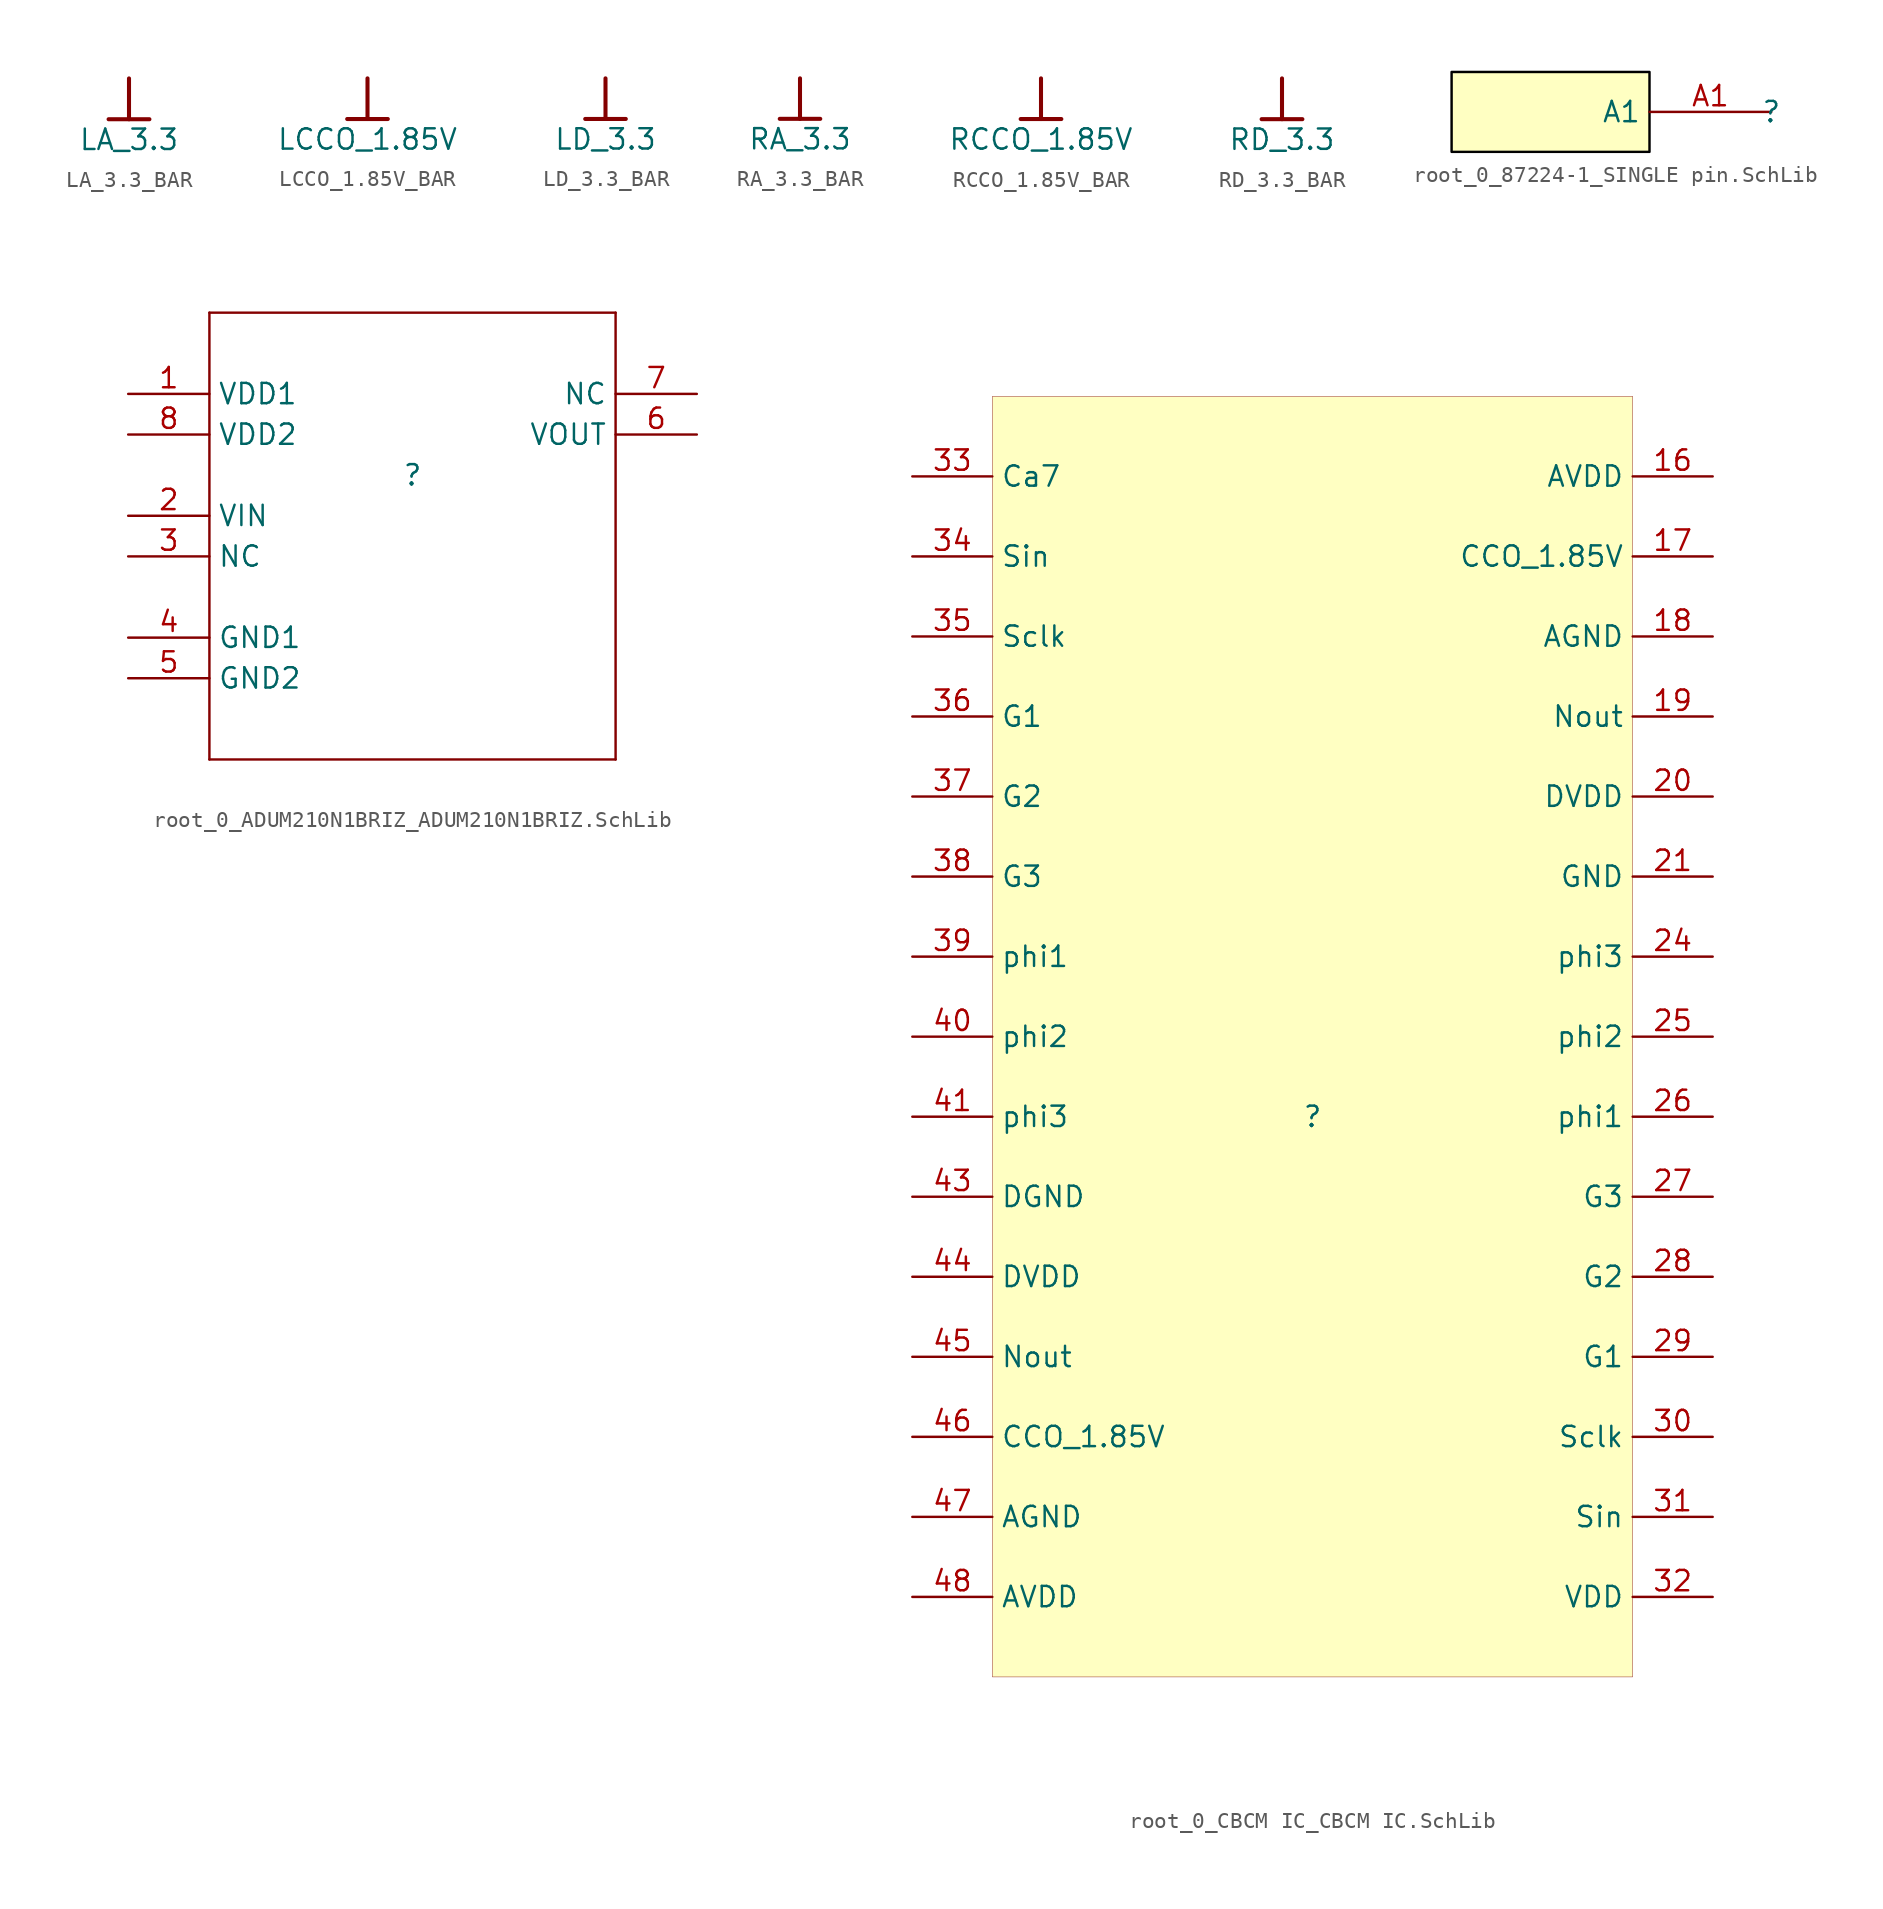
<source format=kicad_sym>
(kicad_symbol_lib
  (version 20241209)
  (generator "kicad_symbol_editor")
  (generator_version "9.0")
  (symbol "LA_3.3_BAR"
    (power)
    (property "Reference" "#PWR"
      (at 0 0 0)
      (effects (font (size 1.27 1.27)) (hide yes)))
    (property "Value" "LA_3.3"
      (at 0 -3.81 0)
      (effects (font (size 1.27 1.27))))
    (symbol "LA_3.3_BAR_0_0"
      (polyline (pts (xy -1.27 -2.54) (xy 1.27 -2.54)) (stroke (width 0.254) (type solid)) (fill (type none)))
      (polyline (pts (xy 0 0) (xy 0 -2.54)) (stroke (width 0.254) (type solid)) (fill (type none)))
      (pin power_in line (at 0 0 0) (length 0) (hide yes) (name "LA_3.3" (effects (font (size 1.27 1.27)))) (number "" (effects (font (size 1.27 1.27)))))))
  (symbol "LCCO_1.85V_BAR"
    (power)
    (property "Reference" "#PWR"
      (at 0 0 0)
      (effects (font (size 1.27 1.27)) (hide yes)))
    (property "Value" "LCCO_1.85V"
      (at 0 -3.81 0)
      (effects (font (size 1.27 1.27))))
    (symbol "LCCO_1.85V_BAR_0_0"
      (polyline (pts (xy -1.27 -2.54) (xy 1.27 -2.54)) (stroke (width 0.254) (type solid)) (fill (type none)))
      (polyline (pts (xy 0 0) (xy 0 -2.54)) (stroke (width 0.254) (type solid)) (fill (type none)))
      (pin power_in line (at 0 0 0) (length 0) (hide yes) (name "LCCO_1.85V" (effects (font (size 1.27 1.27)))) (number "" (effects (font (size 1.27 1.27)))))))
  (symbol "LD_3.3_BAR"
    (power)
    (property "Reference" "#PWR"
      (at 0 0 0)
      (effects (font (size 1.27 1.27)) (hide yes)))
    (property "Value" "LD_3.3"
      (at 0 -3.81 0)
      (effects (font (size 1.27 1.27))))
    (symbol "LD_3.3_BAR_0_0"
      (polyline (pts (xy -1.27 -2.54) (xy 1.27 -2.54)) (stroke (width 0.254) (type solid)) (fill (type none)))
      (polyline (pts (xy 0 0) (xy 0 -2.54)) (stroke (width 0.254) (type solid)) (fill (type none)))
      (pin power_in line (at 0 0 0) (length 0) (hide yes) (name "LD_3.3" (effects (font (size 1.27 1.27)))) (number "" (effects (font (size 1.27 1.27)))))))
  (symbol "RA_3.3_BAR"
    (power)
    (property "Reference" "#PWR"
      (at 0 0 0)
      (effects (font (size 1.27 1.27)) (hide yes)))
    (property "Value" "RA_3.3"
      (at 0 -3.81 0)
      (effects (font (size 1.27 1.27))))
    (symbol "RA_3.3_BAR_0_0"
      (polyline (pts (xy -1.27 -2.54) (xy 1.27 -2.54)) (stroke (width 0.254) (type solid)) (fill (type none)))
      (polyline (pts (xy 0 0) (xy 0 -2.54)) (stroke (width 0.254) (type solid)) (fill (type none)))
      (pin power_in line (at 0 0 0) (length 0) (hide yes) (name "RA_3.3" (effects (font (size 1.27 1.27)))) (number "" (effects (font (size 1.27 1.27)))))))
  (symbol "RCCO_1.85V_BAR"
    (power)
    (property "Reference" "#PWR"
      (at 0 0 0)
      (effects (font (size 1.27 1.27)) (hide yes)))
    (property "Value" "RCCO_1.85V"
      (at 0 -3.81 0)
      (effects (font (size 1.27 1.27))))
    (symbol "RCCO_1.85V_BAR_0_0"
      (polyline (pts (xy -1.27 -2.54) (xy 1.27 -2.54)) (stroke (width 0.254) (type solid)) (fill (type none)))
      (polyline (pts (xy 0 0) (xy 0 -2.54)) (stroke (width 0.254) (type solid)) (fill (type none)))
      (pin power_in line (at 0 0 0) (length 0) (hide yes) (name "RCCO_1.85V" (effects (font (size 1.27 1.27)))) (number "" (effects (font (size 1.27 1.27)))))))
  (symbol "RD_3.3_BAR"
    (power)
    (property "Reference" "#PWR"
      (at 0 0 0)
      (effects (font (size 1.27 1.27)) (hide yes)))
    (property "Value" "RD_3.3"
      (at 0 -3.81 0)
      (effects (font (size 1.27 1.27))))
    (symbol "RD_3.3_BAR_0_0"
      (polyline (pts (xy -1.27 -2.54) (xy 1.27 -2.54)) (stroke (width 0.254) (type solid)) (fill (type none)))
      (polyline (pts (xy 0 0) (xy 0 -2.54)) (stroke (width 0.254) (type solid)) (fill (type none)))
      (pin power_in line (at 0 0 0) (length 0) (hide yes) (name "RD_3.3" (effects (font (size 1.27 1.27)))) (number "" (effects (font (size 1.27 1.27)))))))
  (symbol "root_0_87224-1_SINGLE pin.SchLib"
    (property "Reference" ""
      (at 0 0 0)
      (effects (font (size 1.27 1.27))))
    (property "Value" ""
      (at 0 0 0)
      (effects (font (size 1.27 1.27))))
    (symbol "root_0_87224-1_SINGLE pin.SchLib_1_0"
      (rectangle (start -7.62 2.5) (end -20 -2.5) (stroke (width 0) (type solid) (color 0 0 0 1)) (fill (type background)))
      (pin passive line (at 0 0 180) (length 7.62) (name "A1" (effects (font (size 1.27 1.27)))) (number "A1" (effects (font (size 1.27 1.27)))))))
  (symbol "root_0_ADUM210N1BRIZ_ADUM210N1BRIZ.SchLib"
    (property "Reference" ""
      (at 0 0 0)
      (effects (font (size 1.27 1.27))))
    (property "Value" ""
      (at 0 0 0)
      (effects (font (size 1.27 1.27))))
    (symbol "root_0_ADUM210N1BRIZ_ADUM210N1BRIZ.SchLib_1_0"
      (polyline (pts (xy -12.7 10.16) (xy 12.7 10.16)) (stroke (width 0) (type solid)) (fill (type none)))
      (polyline (pts (xy -12.7 -17.78) (xy -12.7 10.16)) (stroke (width 0) (type solid)) (fill (type none)))
      (polyline (pts (xy 12.7 10.16) (xy 12.7 -17.78)) (stroke (width 0) (type solid)) (fill (type none)))
      (polyline (pts (xy 12.7 -17.78) (xy -12.7 -17.78)) (stroke (width 0) (type solid)) (fill (type none)))
      (pin power_in line (at -17.78 5.08 0) (length 5.08) (name "VDD1" (effects (font (size 1.27 1.27)))) (number "1" (effects (font (size 1.27 1.27)))))
      (pin power_in line (at -17.78 2.54 0) (length 5.08) (name "VDD2" (effects (font (size 1.27 1.27)))) (number "8" (effects (font (size 1.27 1.27)))))
      (pin input line (at -17.78 -2.54 0) (length 5.08) (name "VIN" (effects (font (size 1.27 1.27)))) (number "2" (effects (font (size 1.27 1.27)))))
      (pin input line (at -17.78 -5.08 0) (length 5.08) (name "NC" (effects (font (size 1.27 1.27)))) (number "3" (effects (font (size 1.27 1.27)))))
      (pin passive line (at -17.78 -10.16 0) (length 5.08) (name "GND1" (effects (font (size 1.27 1.27)))) (number "4" (effects (font (size 1.27 1.27)))))
      (pin passive line (at -17.78 -12.7 0) (length 5.08) (name "GND2" (effects (font (size 1.27 1.27)))) (number "5" (effects (font (size 1.27 1.27)))))
      (pin output line (at 17.78 5.08 180) (length 5.08) (name "NC" (effects (font (size 1.27 1.27)))) (number "7" (effects (font (size 1.27 1.27)))))
      (pin output line (at 17.78 2.54 180) (length 5.08) (name "VOUT" (effects (font (size 1.27 1.27)))) (number "6" (effects (font (size 1.27 1.27)))))))
  (symbol "root_0_CBCM IC_CBCM IC.SchLib"
    (property "Reference" ""
      (at 0 0 0)
      (effects (font (size 1.27 1.27))))
    (property "Value" ""
      (at 0 0 0)
      (effects (font (size 1.27 1.27))))
    (symbol "root_0_CBCM IC_CBCM IC.SchLib_1_0"
      (rectangle (start 20 45) (end -20 -35) (stroke (width 0.025) (type solid) (color 128 0 0 1)) (fill (type background)))
      (pin passive line (at -25 40 0) (length 5) (name "Ca7" (effects (font (size 1.27 1.27)))) (number "33" (effects (font (size 1.27 1.27)))))
      (pin passive line (at -25 35 0) (length 5) (name "Sin" (effects (font (size 1.27 1.27)))) (number "34" (effects (font (size 1.27 1.27)))))
      (pin passive line (at -25 30 0) (length 5) (name "Sclk" (effects (font (size 1.27 1.27)))) (number "35" (effects (font (size 1.27 1.27)))))
      (pin passive line (at -25 25 0) (length 5) (name "G1" (effects (font (size 1.27 1.27)))) (number "36" (effects (font (size 1.27 1.27)))))
      (pin passive line (at -25 20 0) (length 5) (name "G2" (effects (font (size 1.27 1.27)))) (number "37" (effects (font (size 1.27 1.27)))))
      (pin passive line (at -25 15 0) (length 5) (name "G3" (effects (font (size 1.27 1.27)))) (number "38" (effects (font (size 1.27 1.27)))))
      (pin passive line (at -25 10 0) (length 5) (name "phi1" (effects (font (size 1.27 1.27)))) (number "39" (effects (font (size 1.27 1.27)))))
      (pin passive line (at -25 5 0) (length 5) (name "phi2" (effects (font (size 1.27 1.27)))) (number "40" (effects (font (size 1.27 1.27)))))
      (pin passive line (at -25 0 0) (length 5) (name "phi3" (effects (font (size 1.27 1.27)))) (number "41" (effects (font (size 1.27 1.27)))))
      (pin passive line (at -25 -5 0) (length 5) (name "DGND" (effects (font (size 1.27 1.27)))) (number "43" (effects (font (size 1.27 1.27)))))
      (pin power_in line (at -25 -10 0) (length 5) (name "DVDD" (effects (font (size 1.27 1.27)))) (number "44" (effects (font (size 1.27 1.27)))))
      (pin passive line (at -25 -15 0) (length 5) (name "Nout" (effects (font (size 1.27 1.27)))) (number "45" (effects (font (size 1.27 1.27)))))
      (pin power_in line (at -25 -20 0) (length 5) (name "CCO_1.85V" (effects (font (size 1.27 1.27)))) (number "46" (effects (font (size 1.27 1.27)))))
      (pin power_in line (at -25 -25 0) (length 5) (name "AGND" (effects (font (size 1.27 1.27)))) (number "47" (effects (font (size 1.27 1.27)))))
      (pin power_in line (at -25 -30 0) (length 5) (name "AVDD" (effects (font (size 1.27 1.27)))) (number "48" (effects (font (size 1.27 1.27)))))
      (pin power_in line (at 25 40 180) (length 5) (name "AVDD" (effects (font (size 1.27 1.27)))) (number "16" (effects (font (size 1.27 1.27)))))
      (pin power_in line (at 25 35 180) (length 5) (name "CCO_1.85V" (effects (font (size 1.27 1.27)))) (number "17" (effects (font (size 1.27 1.27)))))
      (pin power_in line (at 25 30 180) (length 5) (name "AGND" (effects (font (size 1.27 1.27)))) (number "18" (effects (font (size 1.27 1.27)))))
      (pin passive line (at 25 25 180) (length 5) (name "Nout" (effects (font (size 1.27 1.27)))) (number "19" (effects (font (size 1.27 1.27)))))
      (pin power_in line (at 25 20 180) (length 5) (name "DVDD" (effects (font (size 1.27 1.27)))) (number "20" (effects (font (size 1.27 1.27)))))
      (pin power_in line (at 25 15 180) (length 5) (name "GND" (effects (font (size 1.27 1.27)))) (number "21" (effects (font (size 1.27 1.27)))))
      (pin passive line (at 25 10 180) (length 5) (name "phi3" (effects (font (size 1.27 1.27)))) (number "24" (effects (font (size 1.27 1.27)))))
      (pin passive line (at 25 5 180) (length 5) (name "phi2" (effects (font (size 1.27 1.27)))) (number "25" (effects (font (size 1.27 1.27)))))
      (pin passive line (at 25 0 180) (length 5) (name "phi1" (effects (font (size 1.27 1.27)))) (number "26" (effects (font (size 1.27 1.27)))))
      (pin passive line (at 25 -5 180) (length 5) (name "G3" (effects (font (size 1.27 1.27)))) (number "27" (effects (font (size 1.27 1.27)))))
      (pin passive line (at 25 -10 180) (length 5) (name "G2" (effects (font (size 1.27 1.27)))) (number "28" (effects (font (size 1.27 1.27)))))
      (pin passive line (at 25 -15 180) (length 5) (name "G1" (effects (font (size 1.27 1.27)))) (number "29" (effects (font (size 1.27 1.27)))))
      (pin passive line (at 25 -20 180) (length 5) (name "Sclk" (effects (font (size 1.27 1.27)))) (number "30" (effects (font (size 1.27 1.27)))))
      (pin passive line (at 25 -25 180) (length 5) (name "Sin" (effects (font (size 1.27 1.27)))) (number "31" (effects (font (size 1.27 1.27)))))
      (pin power_in line (at 25 -30 180) (length 5) (name "VDD" (effects (font (size 1.27 1.27)))) (number "32" (effects (font (size 1.27 1.27))))))))
</source>
